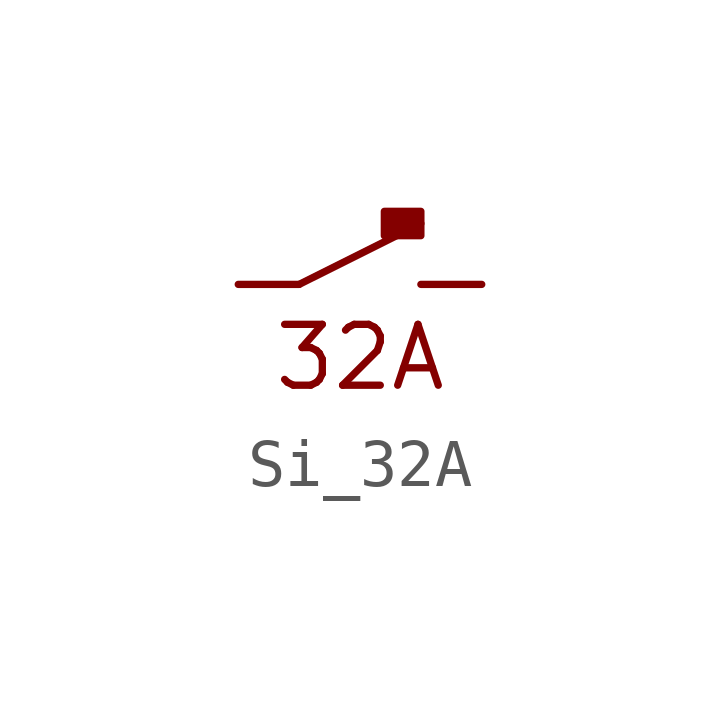
<source format=kicad_sym>
(kicad_symbol_lib
  (version 20211014)
  (generator kicad_symbol_editor)
  (symbol "Si_32A"
    (pin_numbers hide)
    (pin_names
      (offset 0) hide)
    (property "Reference" "U"
      (at 0 5.08 0)
      (effects (font (size 1.27 1.27)) hide))
    (symbol "Si_32A_0_0"
      (polyline (pts (xy 1.27 0) (xy 3.81 1.27)) (stroke (width 0) (type default) (color 0 0 0 0)) (fill (type none)))
      (rectangle (start 3.81 1.524) (end 3.048 1.016) (stroke (width 0) (type default) (color 0 0 0 0)) (fill (type outline)))
      (text "32A" (at 2.54 -1.524 0) (effects (font (size 1.27 1.27)))))
    (symbol "Si_32A_1_1"
      (pin passive line (at 0 0 0) (length 1.27) (name "2" (effects (font (size 1.27 1.27)))) (number "2" (effects (font (size 1.27 1.27)))))
      (pin passive line (at 5.08 0 180) (length 1.27) (name "2" (effects (font (size 1.27 1.27)))) (number "2" (effects (font (size 1.27 1.27))))))))
</source>
